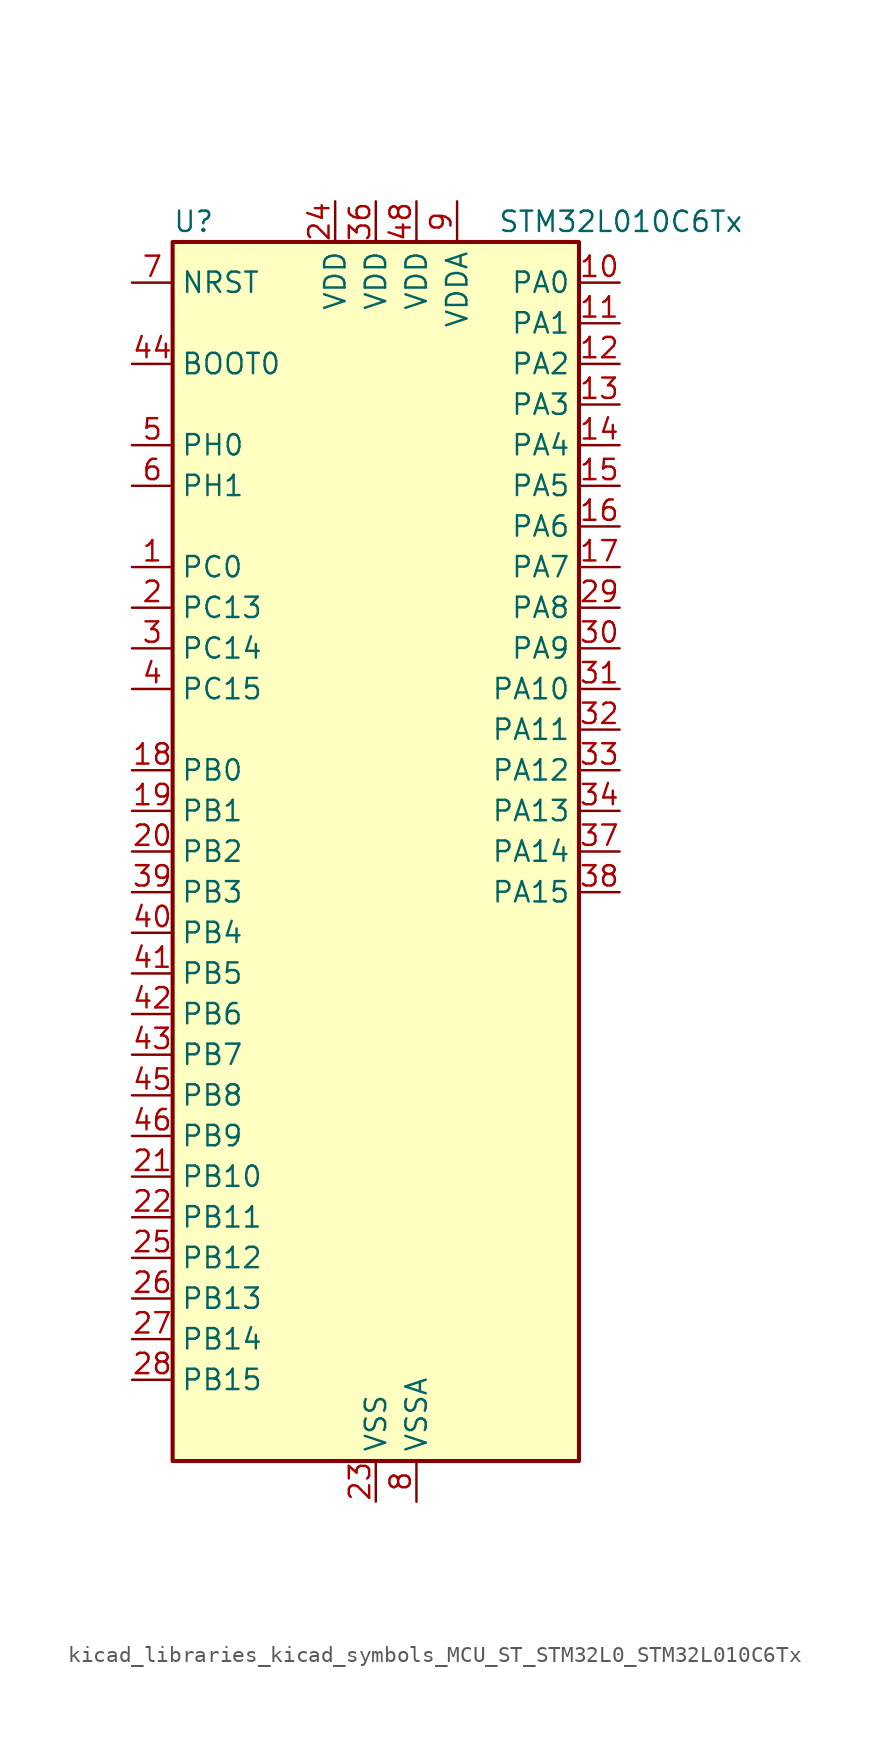
<source format=kicad_sym>
(kicad_symbol_lib
  (version 20220914)
  (generator kicad_symbol_editor)
  (symbol "kicad_libraries_kicad_symbols_MCU_ST_STM32L0_STM32L010C6Tx"
    (property "Reference" "U"
      (at -12.7 39.37 0)
      (effects (font (size 1.27 1.27)) (justify left)))
    (property "Value" "STM32L010C6Tx"
      (at 7.62 39.37 0)
      (effects (font (size 1.27 1.27)) (justify left)))
    (property "ki_locked" ""
      (at 0 0 0)
      (effects (font (size 1.27 1.27))))
    (symbol "kicad_libraries_kicad_symbols_MCU_ST_STM32L0_STM32L010C6Tx_0_1"
      (rectangle (start -12.7 -38.1) (end 12.7 38.1) (stroke (width 0.254) (type default)) (fill (type background))))
    (symbol "kicad_libraries_kicad_symbols_MCU_ST_STM32L0_STM32L010C6Tx_1_1"
      (pin bidirectional line (at -15.24 17.78 0) (length 2.54) (name "PC0" (effects (font (size 1.27 1.27)))) (number "1" (effects (font (size 1.27 1.27)))) (alternate "LPTIM1_IN1" bidirectional line) (alternate "LPUART1_RX" bidirectional line))
      (pin bidirectional line (at 15.24 35.56 180) (length 2.54) (name "PA0" (effects (font (size 1.27 1.27)))) (number "10" (effects (font (size 1.27 1.27)))) (alternate "ADC_IN0" bidirectional line) (alternate "LPTIM1_IN1" bidirectional line) (alternate "RTC_TAMP2" bidirectional line) (alternate "SYS_WKUP1" bidirectional line) (alternate "TIM2_CH1" bidirectional line) (alternate "TIM2_ETR" bidirectional line) (alternate "USART2_CTS" bidirectional line))
      (pin bidirectional line (at 15.24 33.02 180) (length 2.54) (name "PA1" (effects (font (size 1.27 1.27)))) (number "11" (effects (font (size 1.27 1.27)))) (alternate "ADC_IN1" bidirectional line) (alternate "I2C1_SMBA" bidirectional line) (alternate "LPTIM1_IN2" bidirectional line) (alternate "TIM21_ETR" bidirectional line) (alternate "TIM2_CH2" bidirectional line) (alternate "USART2_DE" bidirectional line) (alternate "USART2_RTS" bidirectional line))
      (pin bidirectional line (at 15.24 30.48 180) (length 2.54) (name "PA2" (effects (font (size 1.27 1.27)))) (number "12" (effects (font (size 1.27 1.27)))) (alternate "ADC_IN2" bidirectional line) (alternate "LPUART1_TX" bidirectional line) (alternate "RTC_OUT_ALARM" bidirectional line) (alternate "RTC_OUT_CALIB" bidirectional line) (alternate "RTC_TAMP3" bidirectional line) (alternate "RTC_TS" bidirectional line) (alternate "SYS_WKUP3" bidirectional line) (alternate "TIM21_CH1" bidirectional line) (alternate "TIM2_CH3" bidirectional line) (alternate "USART2_TX" bidirectional line))
      (pin bidirectional line (at 15.24 27.94 180) (length 2.54) (name "PA3" (effects (font (size 1.27 1.27)))) (number "13" (effects (font (size 1.27 1.27)))) (alternate "ADC_IN3" bidirectional line) (alternate "LPUART1_RX" bidirectional line) (alternate "TIM21_CH2" bidirectional line) (alternate "TIM2_CH4" bidirectional line) (alternate "USART2_RX" bidirectional line))
      (pin bidirectional line (at 15.24 25.4 180) (length 2.54) (name "PA4" (effects (font (size 1.27 1.27)))) (number "14" (effects (font (size 1.27 1.27)))) (alternate "ADC_IN4" bidirectional line) (alternate "LPTIM1_IN1" bidirectional line) (alternate "SPI1_NSS" bidirectional line) (alternate "USART2_CK" bidirectional line))
      (pin bidirectional line (at 15.24 22.86 180) (length 2.54) (name "PA5" (effects (font (size 1.27 1.27)))) (number "15" (effects (font (size 1.27 1.27)))) (alternate "ADC_IN5" bidirectional line) (alternate "LPTIM1_IN2" bidirectional line) (alternate "SPI1_SCK" bidirectional line) (alternate "TIM2_CH1" bidirectional line) (alternate "TIM2_ETR" bidirectional line))
      (pin bidirectional line (at 15.24 20.32 180) (length 2.54) (name "PA6" (effects (font (size 1.27 1.27)))) (number "16" (effects (font (size 1.27 1.27)))) (alternate "ADC_IN6" bidirectional line) (alternate "LPTIM1_ETR" bidirectional line) (alternate "LPUART1_CTS" bidirectional line) (alternate "SPI1_MISO" bidirectional line))
      (pin bidirectional line (at 15.24 17.78 180) (length 2.54) (name "PA7" (effects (font (size 1.27 1.27)))) (number "17" (effects (font (size 1.27 1.27)))) (alternate "ADC_IN7" bidirectional line) (alternate "LPTIM1_OUT" bidirectional line) (alternate "SPI1_MOSI" bidirectional line) (alternate "USART2_CTS" bidirectional line))
      (pin bidirectional line (at -15.24 5.08 0) (length 2.54) (name "PB0" (effects (font (size 1.27 1.27)))) (number "18" (effects (font (size 1.27 1.27)))) (alternate "ADC_IN8" bidirectional line) (alternate "SPI1_MISO" bidirectional line) (alternate "SYS_VREF_OUT_PB0" bidirectional line) (alternate "TIM2_CH3" bidirectional line) (alternate "USART2_DE" bidirectional line) (alternate "USART2_RTS" bidirectional line))
      (pin bidirectional line (at -15.24 2.54 0) (length 2.54) (name "PB1" (effects (font (size 1.27 1.27)))) (number "19" (effects (font (size 1.27 1.27)))) (alternate "ADC_IN9" bidirectional line) (alternate "LPUART1_DE" bidirectional line) (alternate "LPUART1_RTS" bidirectional line) (alternate "SPI1_MOSI" bidirectional line) (alternate "SYS_VREF_OUT_PB1" bidirectional line) (alternate "TIM2_CH4" bidirectional line) (alternate "USART2_CK" bidirectional line))
      (pin bidirectional line (at -15.24 15.24 0) (length 2.54) (name "PC13" (effects (font (size 1.27 1.27)))) (number "2" (effects (font (size 1.27 1.27)))) (alternate "RTC_TAMP1" bidirectional line) (alternate "SYS_WKUP2" bidirectional line))
      (pin bidirectional line (at -15.24 0 0) (length 2.54) (name "PB2" (effects (font (size 1.27 1.27)))) (number "20" (effects (font (size 1.27 1.27)))) (alternate "LPTIM1_OUT" bidirectional line))
      (pin bidirectional line (at -15.24 -20.32 0) (length 2.54) (name "PB10" (effects (font (size 1.27 1.27)))) (number "21" (effects (font (size 1.27 1.27)))) (alternate "LPUART1_TX" bidirectional line) (alternate "TIM2_CH3" bidirectional line))
      (pin bidirectional line (at -15.24 -22.86 0) (length 2.54) (name "PB11" (effects (font (size 1.27 1.27)))) (number "22" (effects (font (size 1.27 1.27)))) (alternate "ADC_EXTI11" bidirectional line) (alternate "LPUART1_RX" bidirectional line) (alternate "TIM2_CH4" bidirectional line))
      (pin power_in line (at 0 -40.64 90) (length 2.54) (name "VSS" (effects (font (size 1.27 1.27)))) (number "23" (effects (font (size 1.27 1.27)))))
      (pin power_in line (at -2.54 40.64 270) (length 2.54) (name "VDD" (effects (font (size 1.27 1.27)))) (number "24" (effects (font (size 1.27 1.27)))))
      (pin bidirectional line (at -15.24 -25.4 0) (length 2.54) (name "PB12" (effects (font (size 1.27 1.27)))) (number "25" (effects (font (size 1.27 1.27)))) (alternate "SPI1_NSS" bidirectional line))
      (pin bidirectional line (at -15.24 -27.94 0) (length 2.54) (name "PB13" (effects (font (size 1.27 1.27)))) (number "26" (effects (font (size 1.27 1.27)))) (alternate "LPUART1_CTS" bidirectional line) (alternate "RCC_MCO" bidirectional line) (alternate "SPI1_SCK" bidirectional line) (alternate "TIM21_CH1" bidirectional line))
      (pin bidirectional line (at -15.24 -30.48 0) (length 2.54) (name "PB14" (effects (font (size 1.27 1.27)))) (number "27" (effects (font (size 1.27 1.27)))) (alternate "LPUART1_DE" bidirectional line) (alternate "LPUART1_RTS" bidirectional line) (alternate "RTC_OUT_ALARM" bidirectional line) (alternate "RTC_OUT_CALIB" bidirectional line) (alternate "SPI1_MISO" bidirectional line) (alternate "TIM21_CH2" bidirectional line))
      (pin bidirectional line (at -15.24 -33.02 0) (length 2.54) (name "PB15" (effects (font (size 1.27 1.27)))) (number "28" (effects (font (size 1.27 1.27)))) (alternate "RTC_REFIN" bidirectional line) (alternate "SPI1_MOSI" bidirectional line))
      (pin bidirectional line (at 15.24 15.24 180) (length 2.54) (name "PA8" (effects (font (size 1.27 1.27)))) (number "29" (effects (font (size 1.27 1.27)))) (alternate "LPTIM1_IN1" bidirectional line) (alternate "RCC_MCO" bidirectional line) (alternate "TIM2_CH1" bidirectional line) (alternate "USART2_CK" bidirectional line))
      (pin bidirectional line (at -15.24 12.7 0) (length 2.54) (name "PC14" (effects (font (size 1.27 1.27)))) (number "3" (effects (font (size 1.27 1.27)))) (alternate "RCC_OSC32_IN" bidirectional line))
      (pin bidirectional line (at 15.24 12.7 180) (length 2.54) (name "PA9" (effects (font (size 1.27 1.27)))) (number "30" (effects (font (size 1.27 1.27)))) (alternate "I2C1_SCL" bidirectional line) (alternate "RCC_MCO" bidirectional line) (alternate "USART2_TX" bidirectional line))
      (pin bidirectional line (at 15.24 10.16 180) (length 2.54) (name "PA10" (effects (font (size 1.27 1.27)))) (number "31" (effects (font (size 1.27 1.27)))) (alternate "I2C1_SDA" bidirectional line) (alternate "USART2_RX" bidirectional line))
      (pin bidirectional line (at 15.24 7.62 180) (length 2.54) (name "PA11" (effects (font (size 1.27 1.27)))) (number "32" (effects (font (size 1.27 1.27)))) (alternate "ADC_EXTI11" bidirectional line) (alternate "SPI1_MISO" bidirectional line) (alternate "TIM21_CH2" bidirectional line) (alternate "USART2_CTS" bidirectional line))
      (pin bidirectional line (at 15.24 5.08 180) (length 2.54) (name "PA12" (effects (font (size 1.27 1.27)))) (number "33" (effects (font (size 1.27 1.27)))) (alternate "SPI1_MOSI" bidirectional line) (alternate "USART2_DE" bidirectional line) (alternate "USART2_RTS" bidirectional line))
      (pin bidirectional line (at 15.24 2.54 180) (length 2.54) (name "PA13" (effects (font (size 1.27 1.27)))) (number "34" (effects (font (size 1.27 1.27)))) (alternate "LPTIM1_ETR" bidirectional line) (alternate "LPUART1_RX" bidirectional line) (alternate "SYS_SWDIO" bidirectional line))
      (pin passive line (at 0 -40.64 90) (length 2.54) hide (name "VSS" (effects (font (size 1.27 1.27)))) (number "35" (effects (font (size 1.27 1.27)))))
      (pin power_in line (at 0 40.64 270) (length 2.54) (name "VDD" (effects (font (size 1.27 1.27)))) (number "36" (effects (font (size 1.27 1.27)))))
      (pin bidirectional line (at 15.24 0 180) (length 2.54) (name "PA14" (effects (font (size 1.27 1.27)))) (number "37" (effects (font (size 1.27 1.27)))) (alternate "I2C1_SMBA" bidirectional line) (alternate "LPTIM1_OUT" bidirectional line) (alternate "LPUART1_TX" bidirectional line) (alternate "SYS_SWCLK" bidirectional line) (alternate "USART2_TX" bidirectional line))
      (pin bidirectional line (at 15.24 -2.54 180) (length 2.54) (name "PA15" (effects (font (size 1.27 1.27)))) (number "38" (effects (font (size 1.27 1.27)))) (alternate "SPI1_NSS" bidirectional line) (alternate "TIM2_CH1" bidirectional line) (alternate "TIM2_ETR" bidirectional line) (alternate "USART2_RX" bidirectional line))
      (pin bidirectional line (at -15.24 -2.54 0) (length 2.54) (name "PB3" (effects (font (size 1.27 1.27)))) (number "39" (effects (font (size 1.27 1.27)))) (alternate "SPI1_SCK" bidirectional line) (alternate "TIM2_CH2" bidirectional line))
      (pin bidirectional line (at -15.24 10.16 0) (length 2.54) (name "PC15" (effects (font (size 1.27 1.27)))) (number "4" (effects (font (size 1.27 1.27)))) (alternate "RCC_OSC32_OUT" bidirectional line))
      (pin bidirectional line (at -15.24 -5.08 0) (length 2.54) (name "PB4" (effects (font (size 1.27 1.27)))) (number "40" (effects (font (size 1.27 1.27)))) (alternate "SPI1_MISO" bidirectional line))
      (pin bidirectional line (at -15.24 -7.62 0) (length 2.54) (name "PB5" (effects (font (size 1.27 1.27)))) (number "41" (effects (font (size 1.27 1.27)))) (alternate "I2C1_SMBA" bidirectional line) (alternate "LPTIM1_IN1" bidirectional line) (alternate "SPI1_MOSI" bidirectional line))
      (pin bidirectional line (at -15.24 -10.16 0) (length 2.54) (name "PB6" (effects (font (size 1.27 1.27)))) (number "42" (effects (font (size 1.27 1.27)))) (alternate "I2C1_SCL" bidirectional line) (alternate "LPTIM1_ETR" bidirectional line) (alternate "TIM21_CH1" bidirectional line) (alternate "USART2_TX" bidirectional line))
      (pin bidirectional line (at -15.24 -12.7 0) (length 2.54) (name "PB7" (effects (font (size 1.27 1.27)))) (number "43" (effects (font (size 1.27 1.27)))) (alternate "I2C1_SDA" bidirectional line) (alternate "LPTIM1_IN2" bidirectional line) (alternate "SYS_PVD_IN" bidirectional line) (alternate "USART2_RX" bidirectional line))
      (pin input line (at -15.24 30.48 0) (length 2.54) (name "BOOT0" (effects (font (size 1.27 1.27)))) (number "44" (effects (font (size 1.27 1.27)))))
      (pin bidirectional line (at -15.24 -15.24 0) (length 2.54) (name "PB8" (effects (font (size 1.27 1.27)))) (number "45" (effects (font (size 1.27 1.27)))) (alternate "I2C1_SCL" bidirectional line))
      (pin bidirectional line (at -15.24 -17.78 0) (length 2.54) (name "PB9" (effects (font (size 1.27 1.27)))) (number "46" (effects (font (size 1.27 1.27)))) (alternate "I2C1_SDA" bidirectional line))
      (pin passive line (at 0 -40.64 90) (length 2.54) hide (name "VSS" (effects (font (size 1.27 1.27)))) (number "47" (effects (font (size 1.27 1.27)))))
      (pin power_in line (at 2.54 40.64 270) (length 2.54) (name "VDD" (effects (font (size 1.27 1.27)))) (number "48" (effects (font (size 1.27 1.27)))))
      (pin bidirectional line (at -15.24 25.4 0) (length 2.54) (name "PH0" (effects (font (size 1.27 1.27)))) (number "5" (effects (font (size 1.27 1.27)))) (alternate "RCC_OSC_IN" bidirectional line))
      (pin bidirectional line (at -15.24 22.86 0) (length 2.54) (name "PH1" (effects (font (size 1.27 1.27)))) (number "6" (effects (font (size 1.27 1.27)))) (alternate "RCC_OSC_OUT" bidirectional line))
      (pin input line (at -15.24 35.56 0) (length 2.54) (name "NRST" (effects (font (size 1.27 1.27)))) (number "7" (effects (font (size 1.27 1.27)))))
      (pin power_in line (at 2.54 -40.64 90) (length 2.54) (name "VSSA" (effects (font (size 1.27 1.27)))) (number "8" (effects (font (size 1.27 1.27)))))
      (pin power_in line (at 5.08 40.64 270) (length 2.54) (name "VDDA" (effects (font (size 1.27 1.27)))) (number "9" (effects (font (size 1.27 1.27))))))))
</source>
